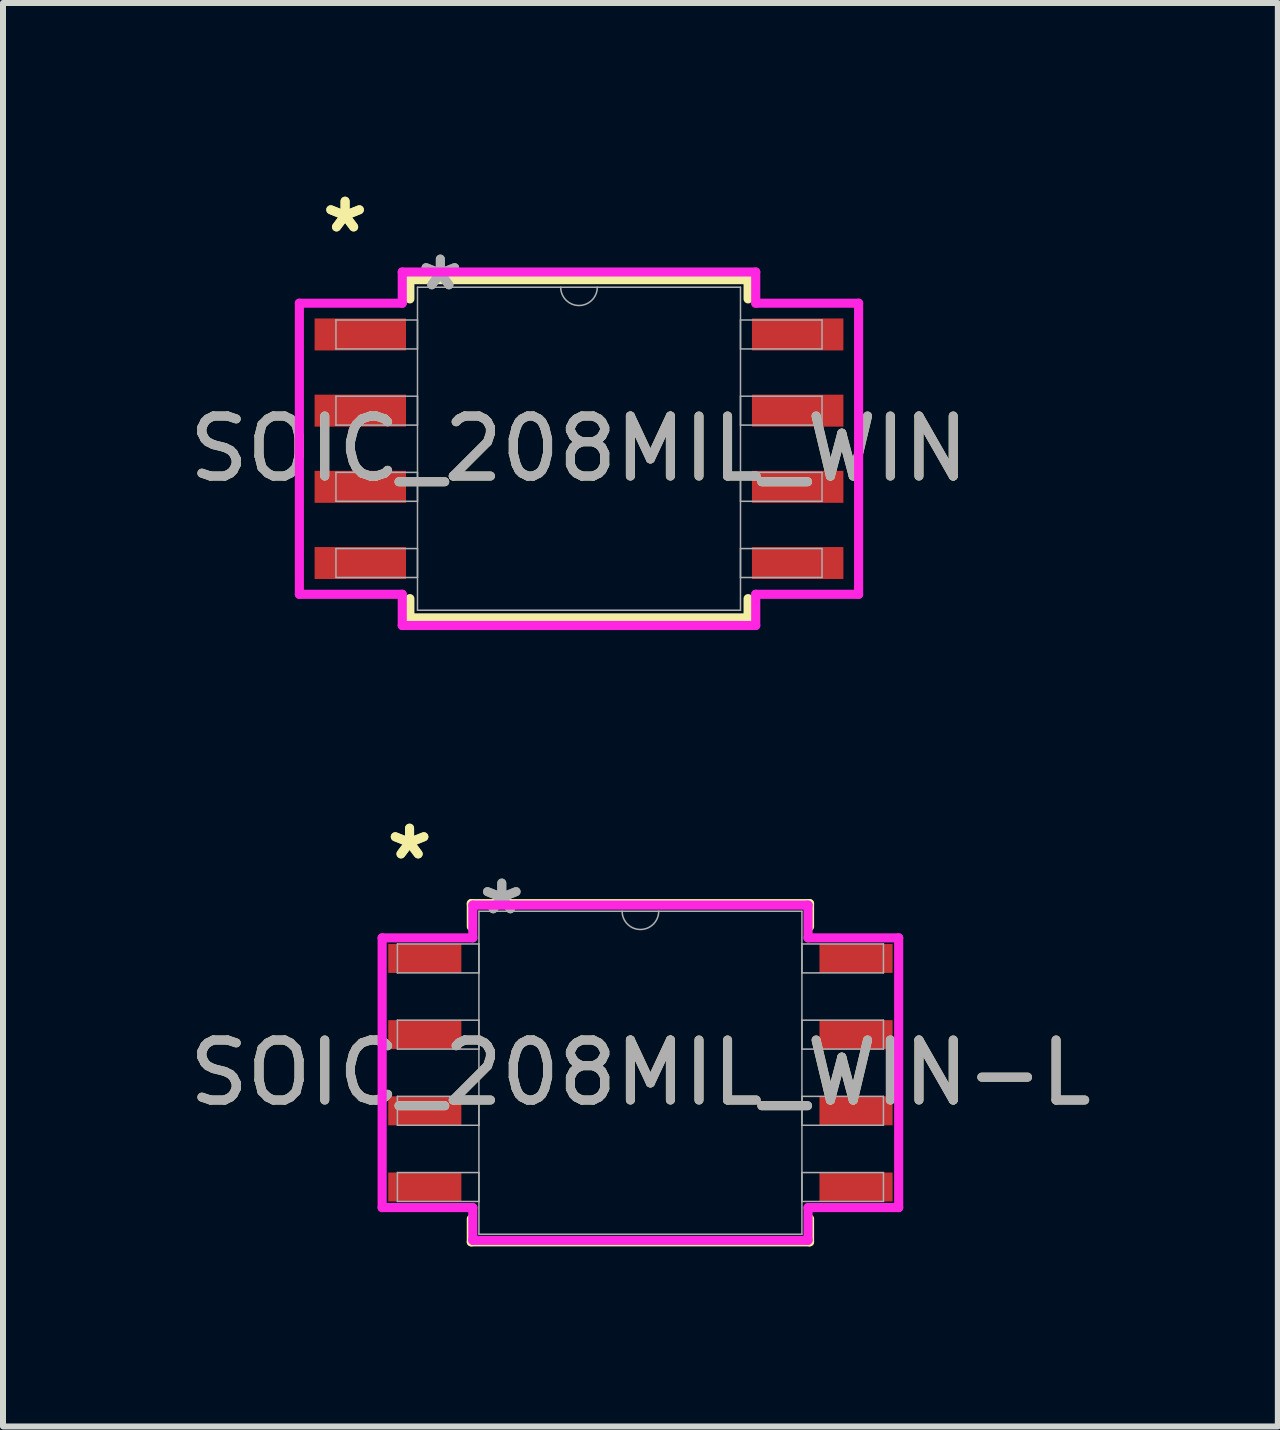
<source format=kicad_pcb>
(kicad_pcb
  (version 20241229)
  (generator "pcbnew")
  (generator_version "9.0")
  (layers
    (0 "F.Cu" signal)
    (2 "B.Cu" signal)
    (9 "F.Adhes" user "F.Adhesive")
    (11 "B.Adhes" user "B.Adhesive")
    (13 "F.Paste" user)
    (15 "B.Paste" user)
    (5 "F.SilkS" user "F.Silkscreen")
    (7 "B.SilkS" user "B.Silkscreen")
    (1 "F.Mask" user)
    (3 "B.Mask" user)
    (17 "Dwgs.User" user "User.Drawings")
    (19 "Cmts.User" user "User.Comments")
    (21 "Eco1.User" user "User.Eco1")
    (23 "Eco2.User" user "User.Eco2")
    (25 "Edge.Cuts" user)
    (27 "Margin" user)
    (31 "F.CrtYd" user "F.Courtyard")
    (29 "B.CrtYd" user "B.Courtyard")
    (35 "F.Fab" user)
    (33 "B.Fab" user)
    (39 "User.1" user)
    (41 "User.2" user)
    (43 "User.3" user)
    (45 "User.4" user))
  (footprint "SOIC_208MIL_WIN"
    (layer "F.Cu")
    (at 6.601 4.43)
    (property "Reference" "SOIC_208MIL_WIN" (at 0 0 0) (unlocked yes) (layer "F.SilkS") (effects (font (size 1 1) (thickness 0.15))))
    (attr smd)
    (fp_line (start -2.819 -2.819) (end -2.819 -2.498) (stroke (width 0.152) (type solid)) (layer "F.SilkS"))
    (fp_line (start -2.819 2.498) (end -2.819 2.819) (stroke (width 0.152) (type solid)) (layer "F.SilkS"))
    (fp_line (start -2.819 2.819) (end 2.819 2.819) (stroke (width 0.152) (type solid)) (layer "F.SilkS"))
    (fp_line (start 2.819 -2.819) (end -2.819 -2.819) (stroke (width 0.152) (type solid)) (layer "F.SilkS"))
    (fp_line (start 2.819 -2.498) (end 2.819 -2.819) (stroke (width 0.152) (type solid)) (layer "F.SilkS"))
    (fp_line (start 2.819 2.819) (end 2.819 2.498) (stroke (width 0.152) (type solid)) (layer "F.SilkS"))
    (fp_line (start -4.661 -2.426) (end -2.946 -2.426) (stroke (width 0.152) (type solid)) (layer "F.CrtYd"))
    (fp_line (start -4.661 2.426) (end -4.661 -2.426) (stroke (width 0.152) (type solid)) (layer "F.CrtYd"))
    (fp_line (start -4.661 2.426) (end -2.946 2.426) (stroke (width 0.152) (type solid)) (layer "F.CrtYd"))
    (fp_line (start -2.946 -2.946) (end 2.946 -2.946) (stroke (width 0.152) (type solid)) (layer "F.CrtYd"))
    (fp_line (start -2.946 -2.426) (end -2.946 -2.946) (stroke (width 0.152) (type solid)) (layer "F.CrtYd"))
    (fp_line (start -2.946 2.946) (end -2.946 2.426) (stroke (width 0.152) (type solid)) (layer "F.CrtYd"))
    (fp_line (start 2.946 -2.946) (end 2.946 -2.426) (stroke (width 0.152) (type solid)) (layer "F.CrtYd"))
    (fp_line (start 2.946 2.426) (end 2.946 2.946) (stroke (width 0.152) (type solid)) (layer "F.CrtYd"))
    (fp_line (start 2.946 2.946) (end -2.946 2.946) (stroke (width 0.152) (type solid)) (layer "F.CrtYd"))
    (fp_line (start 4.661 -2.426) (end 2.946 -2.426) (stroke (width 0.152) (type solid)) (layer "F.CrtYd"))
    (fp_line (start 4.661 -2.426) (end 4.661 2.426) (stroke (width 0.152) (type solid)) (layer "F.CrtYd"))
    (fp_line (start 4.661 2.426) (end 2.946 2.426) (stroke (width 0.152) (type solid)) (layer "F.CrtYd"))
    (fp_line (start -4.051 -2.146) (end -4.051 -1.664) (stroke (width 0.025) (type solid)) (layer "F.Fab"))
    (fp_line (start -4.051 -1.664) (end -2.692 -1.664) (stroke (width 0.025) (type solid)) (layer "F.Fab"))
    (fp_line (start -4.051 -0.876) (end -4.051 -0.394) (stroke (width 0.025) (type solid)) (layer "F.Fab"))
    (fp_line (start -4.051 -0.394) (end -2.692 -0.394) (stroke (width 0.025) (type solid)) (layer "F.Fab"))
    (fp_line (start -4.051 0.394) (end -4.051 0.876) (stroke (width 0.025) (type solid)) (layer "F.Fab"))
    (fp_line (start -4.051 0.876) (end -2.692 0.876) (stroke (width 0.025) (type solid)) (layer "F.Fab"))
    (fp_line (start -4.051 1.664) (end -4.051 2.146) (stroke (width 0.025) (type solid)) (layer "F.Fab"))
    (fp_line (start -4.051 2.146) (end -2.692 2.146) (stroke (width 0.025) (type solid)) (layer "F.Fab"))
    (fp_line (start -2.692 -2.692) (end -2.692 2.692) (stroke (width 0.025) (type solid)) (layer "F.Fab"))
    (fp_line (start -2.692 -2.146) (end -4.051 -2.146) (stroke (width 0.025) (type solid)) (layer "F.Fab"))
    (fp_line (start -2.692 -1.664) (end -2.692 -2.146) (stroke (width 0.025) (type solid)) (layer "F.Fab"))
    (fp_line (start -2.692 -0.876) (end -4.051 -0.876) (stroke (width 0.025) (type solid)) (layer "F.Fab"))
    (fp_line (start -2.692 -0.394) (end -2.692 -0.876) (stroke (width 0.025) (type solid)) (layer "F.Fab"))
    (fp_line (start -2.692 0.394) (end -4.051 0.394) (stroke (width 0.025) (type solid)) (layer "F.Fab"))
    (fp_line (start -2.692 0.876) (end -2.692 0.394) (stroke (width 0.025) (type solid)) (layer "F.Fab"))
    (fp_line (start -2.692 1.664) (end -4.051 1.664) (stroke (width 0.025) (type solid)) (layer "F.Fab"))
    (fp_line (start -2.692 2.146) (end -2.692 1.664) (stroke (width 0.025) (type solid)) (layer "F.Fab"))
    (fp_line (start -2.692 2.692) (end 2.692 2.692) (stroke (width 0.025) (type solid)) (layer "F.Fab"))
    (fp_line (start 2.692 -2.692) (end -2.692 -2.692) (stroke (width 0.025) (type solid)) (layer "F.Fab"))
    (fp_line (start 2.692 -2.146) (end 2.692 -1.664) (stroke (width 0.025) (type solid)) (layer "F.Fab"))
    (fp_line (start 2.692 -1.664) (end 4.051 -1.664) (stroke (width 0.025) (type solid)) (layer "F.Fab"))
    (fp_line (start 2.692 -0.876) (end 2.692 -0.394) (stroke (width 0.025) (type solid)) (layer "F.Fab"))
    (fp_line (start 2.692 -0.394) (end 4.051 -0.394) (stroke (width 0.025) (type solid)) (layer "F.Fab"))
    (fp_line (start 2.692 0.394) (end 2.692 0.876) (stroke (width 0.025) (type solid)) (layer "F.Fab"))
    (fp_line (start 2.692 0.876) (end 4.051 0.876) (stroke (width 0.025) (type solid)) (layer "F.Fab"))
    (fp_line (start 2.692 1.664) (end 2.692 2.146) (stroke (width 0.025) (type solid)) (layer "F.Fab"))
    (fp_line (start 2.692 2.146) (end 4.051 2.146) (stroke (width 0.025) (type solid)) (layer "F.Fab"))
    (fp_line (start 2.692 2.692) (end 2.692 -2.692) (stroke (width 0.025) (type solid)) (layer "F.Fab"))
    (fp_line (start 4.051 -2.146) (end 2.692 -2.146) (stroke (width 0.025) (type solid)) (layer "F.Fab"))
    (fp_line (start 4.051 -1.664) (end 4.051 -2.146) (stroke (width 0.025) (type solid)) (layer "F.Fab"))
    (fp_line (start 4.051 -0.876) (end 2.692 -0.876) (stroke (width 0.025) (type solid)) (layer "F.Fab"))
    (fp_line (start 4.051 -0.394) (end 4.051 -0.876) (stroke (width 0.025) (type solid)) (layer "F.Fab"))
    (fp_line (start 4.051 0.394) (end 2.692 0.394) (stroke (width 0.025) (type solid)) (layer "F.Fab"))
    (fp_line (start 4.051 0.876) (end 4.051 0.394) (stroke (width 0.025) (type solid)) (layer "F.Fab"))
    (fp_line (start 4.051 1.664) (end 2.692 1.664) (stroke (width 0.025) (type solid)) (layer "F.Fab"))
    (fp_line (start 4.051 2.146) (end 4.051 1.664) (stroke (width 0.025) (type solid)) (layer "F.Fab"))
    (fp_arc (start 0.3048 -2.6924) (mid 0 -2.3876) (end -0.3048 -2.6924) (stroke (width 0.0254) (type solid)) (layer "F.Fab"))
    (fp_text user "*" (at -3.899 -3.581 0) (unlocked yes) (layer "F.SilkS") (effects (font (size 1 1) (thickness 0.15))))
    (fp_text user "*" (at -3.899 -3.581 0) (layer "F.SilkS") (effects (font (size 1 1) (thickness 0.15))))
    (fp_text user "*" (at -2.311 -2.616 0) (layer "F.Fab") (effects (font (size 1 1) (thickness 0.15))))
    (fp_text user "${REFERENCE}" (at 0 0 0) (unlocked yes) (layer "F.Fab") (effects (font (size 1 1) (thickness 0.15))))
    (fp_text user "*" (at -2.311 -2.616 0) (unlocked yes) (layer "F.Fab") (effects (font (size 1 1) (thickness 0.15))))
    (pad "1" smd rect (at -3.645 -1.905) (size 1.524 0.533) (layers "F.Cu" "F.Mask" "F.Paste"))
    (pad "2" smd rect (at -3.645 -0.635) (size 1.524 0.533) (layers "F.Cu" "F.Mask" "F.Paste"))
    (pad "3" smd rect (at -3.645 0.635) (size 1.524 0.533) (layers "F.Cu" "F.Mask" "F.Paste"))
    (pad "4" smd rect (at -3.645 1.905) (size 1.524 0.533) (layers "F.Cu" "F.Mask" "F.Paste"))
    (pad "5" smd rect (at 3.645 1.905) (size 1.524 0.533) (layers "F.Cu" "F.Mask" "F.Paste"))
    (pad "6" smd rect (at 3.645 0.635) (size 1.524 0.533) (layers "F.Cu" "F.Mask" "F.Paste"))
    (pad "7" smd rect (at 3.645 -0.635) (size 1.524 0.533) (layers "F.Cu" "F.Mask" "F.Paste"))
    (pad "8" smd rect (at 3.645 -1.905) (size 1.524 0.533) (layers "F.Cu" "F.Mask" "F.Paste")))
  (footprint "SOIC_208MIL_WIN-L"
    (layer "F.Cu")
    (at 7.625 14.831)
    (property "Reference" "SOIC_208MIL_WIN-L" (at 0 0 0) (unlocked yes) (layer "F.SilkS") (effects (font (size 1 1) (thickness 0.15))))
    (attr smd)
    (fp_line (start -2.819 -2.819) (end -2.819 -2.435) (stroke (width 0.152) (type solid)) (layer "F.SilkS"))
    (fp_line (start -2.819 2.435) (end -2.819 2.819) (stroke (width 0.152) (type solid)) (layer "F.SilkS"))
    (fp_line (start -2.819 2.819) (end 2.819 2.819) (stroke (width 0.152) (type solid)) (layer "F.SilkS"))
    (fp_line (start 2.819 -2.819) (end -2.819 -2.819) (stroke (width 0.152) (type solid)) (layer "F.SilkS"))
    (fp_line (start 2.819 -2.435) (end 2.819 -2.819) (stroke (width 0.152) (type solid)) (layer "F.SilkS"))
    (fp_line (start 2.819 2.819) (end 2.819 2.435) (stroke (width 0.152) (type solid)) (layer "F.SilkS"))
    (fp_line (start -4.305 -2.248) (end -2.794 -2.248) (stroke (width 0.152) (type solid)) (layer "F.CrtYd"))
    (fp_line (start -4.305 2.248) (end -4.305 -2.248) (stroke (width 0.152) (type solid)) (layer "F.CrtYd"))
    (fp_line (start -4.305 2.248) (end -2.794 2.248) (stroke (width 0.152) (type solid)) (layer "F.CrtYd"))
    (fp_line (start -2.794 -2.794) (end 2.794 -2.794) (stroke (width 0.152) (type solid)) (layer "F.CrtYd"))
    (fp_line (start -2.794 -2.248) (end -2.794 -2.794) (stroke (width 0.152) (type solid)) (layer "F.CrtYd"))
    (fp_line (start -2.794 2.794) (end -2.794 2.248) (stroke (width 0.152) (type solid)) (layer "F.CrtYd"))
    (fp_line (start 2.794 -2.794) (end 2.794 -2.248) (stroke (width 0.152) (type solid)) (layer "F.CrtYd"))
    (fp_line (start 2.794 2.248) (end 2.794 2.794) (stroke (width 0.152) (type solid)) (layer "F.CrtYd"))
    (fp_line (start 2.794 2.794) (end -2.794 2.794) (stroke (width 0.152) (type solid)) (layer "F.CrtYd"))
    (fp_line (start 4.305 -2.248) (end 2.794 -2.248) (stroke (width 0.152) (type solid)) (layer "F.CrtYd"))
    (fp_line (start 4.305 -2.248) (end 4.305 2.248) (stroke (width 0.152) (type solid)) (layer "F.CrtYd"))
    (fp_line (start 4.305 2.248) (end 2.794 2.248) (stroke (width 0.152) (type solid)) (layer "F.CrtYd"))
    (fp_line (start -4.051 -2.146) (end -4.051 -1.664) (stroke (width 0.025) (type solid)) (layer "F.Fab"))
    (fp_line (start -4.051 -1.664) (end -2.692 -1.664) (stroke (width 0.025) (type solid)) (layer "F.Fab"))
    (fp_line (start -4.051 -0.876) (end -4.051 -0.394) (stroke (width 0.025) (type solid)) (layer "F.Fab"))
    (fp_line (start -4.051 -0.394) (end -2.692 -0.394) (stroke (width 0.025) (type solid)) (layer "F.Fab"))
    (fp_line (start -4.051 0.394) (end -4.051 0.876) (stroke (width 0.025) (type solid)) (layer "F.Fab"))
    (fp_line (start -4.051 0.876) (end -2.692 0.876) (stroke (width 0.025) (type solid)) (layer "F.Fab"))
    (fp_line (start -4.051 1.664) (end -4.051 2.146) (stroke (width 0.025) (type solid)) (layer "F.Fab"))
    (fp_line (start -4.051 2.146) (end -2.692 2.146) (stroke (width 0.025) (type solid)) (layer "F.Fab"))
    (fp_line (start -2.692 -2.692) (end -2.692 2.692) (stroke (width 0.025) (type solid)) (layer "F.Fab"))
    (fp_line (start -2.692 -2.146) (end -4.051 -2.146) (stroke (width 0.025) (type solid)) (layer "F.Fab"))
    (fp_line (start -2.692 -1.664) (end -2.692 -2.146) (stroke (width 0.025) (type solid)) (layer "F.Fab"))
    (fp_line (start -2.692 -0.876) (end -4.051 -0.876) (stroke (width 0.025) (type solid)) (layer "F.Fab"))
    (fp_line (start -2.692 -0.394) (end -2.692 -0.876) (stroke (width 0.025) (type solid)) (layer "F.Fab"))
    (fp_line (start -2.692 0.394) (end -4.051 0.394) (stroke (width 0.025) (type solid)) (layer "F.Fab"))
    (fp_line (start -2.692 0.876) (end -2.692 0.394) (stroke (width 0.025) (type solid)) (layer "F.Fab"))
    (fp_line (start -2.692 1.664) (end -4.051 1.664) (stroke (width 0.025) (type solid)) (layer "F.Fab"))
    (fp_line (start -2.692 2.146) (end -2.692 1.664) (stroke (width 0.025) (type solid)) (layer "F.Fab"))
    (fp_line (start -2.692 2.692) (end 2.692 2.692) (stroke (width 0.025) (type solid)) (layer "F.Fab"))
    (fp_line (start 2.692 -2.692) (end -2.692 -2.692) (stroke (width 0.025) (type solid)) (layer "F.Fab"))
    (fp_line (start 2.692 -2.146) (end 2.692 -1.664) (stroke (width 0.025) (type solid)) (layer "F.Fab"))
    (fp_line (start 2.692 -1.664) (end 4.051 -1.664) (stroke (width 0.025) (type solid)) (layer "F.Fab"))
    (fp_line (start 2.692 -0.876) (end 2.692 -0.394) (stroke (width 0.025) (type solid)) (layer "F.Fab"))
    (fp_line (start 2.692 -0.394) (end 4.051 -0.394) (stroke (width 0.025) (type solid)) (layer "F.Fab"))
    (fp_line (start 2.692 0.394) (end 2.692 0.876) (stroke (width 0.025) (type solid)) (layer "F.Fab"))
    (fp_line (start 2.692 0.876) (end 4.051 0.876) (stroke (width 0.025) (type solid)) (layer "F.Fab"))
    (fp_line (start 2.692 1.664) (end 2.692 2.146) (stroke (width 0.025) (type solid)) (layer "F.Fab"))
    (fp_line (start 2.692 2.146) (end 4.051 2.146) (stroke (width 0.025) (type solid)) (layer "F.Fab"))
    (fp_line (start 2.692 2.692) (end 2.692 -2.692) (stroke (width 0.025) (type solid)) (layer "F.Fab"))
    (fp_line (start 4.051 -2.146) (end 2.692 -2.146) (stroke (width 0.025) (type solid)) (layer "F.Fab"))
    (fp_line (start 4.051 -1.664) (end 4.051 -2.146) (stroke (width 0.025) (type solid)) (layer "F.Fab"))
    (fp_line (start 4.051 -0.876) (end 2.692 -0.876) (stroke (width 0.025) (type solid)) (layer "F.Fab"))
    (fp_line (start 4.051 -0.394) (end 4.051 -0.876) (stroke (width 0.025) (type solid)) (layer "F.Fab"))
    (fp_line (start 4.051 0.394) (end 2.692 0.394) (stroke (width 0.025) (type solid)) (layer "F.Fab"))
    (fp_line (start 4.051 0.876) (end 4.051 0.394) (stroke (width 0.025) (type solid)) (layer "F.Fab"))
    (fp_line (start 4.051 1.664) (end 2.692 1.664) (stroke (width 0.025) (type solid)) (layer "F.Fab"))
    (fp_line (start 4.051 2.146) (end 4.051 1.664) (stroke (width 0.025) (type solid)) (layer "F.Fab"))
    (fp_arc (start 0.3048 -2.6924) (mid 0 -2.3876) (end -0.3048 -2.6924) (stroke (width 0.0254) (type solid)) (layer "F.Fab"))
    (fp_text user "*" (at -3.848 -3.531 0) (unlocked yes) (layer "F.SilkS") (effects (font (size 1 1) (thickness 0.15))))
    (fp_text user "*" (at -3.848 -3.531 0) (layer "F.SilkS") (effects (font (size 1 1) (thickness 0.15))))
    (fp_text user "*" (at -2.311 -2.616 0) (layer "F.Fab") (effects (font (size 1 1) (thickness 0.15))))
    (fp_text user "${REFERENCE}" (at 0 0 0) (unlocked yes) (layer "F.Fab") (effects (font (size 1 1) (thickness 0.15))))
    (fp_text user "*" (at -2.311 -2.616 0) (unlocked yes) (layer "F.Fab") (effects (font (size 1 1) (thickness 0.15))))
    (pad "1" smd rect (at -3.594 -1.905) (size 1.219 0.483) (layers "F.Cu" "F.Mask" "F.Paste"))
    (pad "2" smd rect (at -3.594 -0.635) (size 1.219 0.483) (layers "F.Cu" "F.Mask" "F.Paste"))
    (pad "3" smd rect (at -3.594 0.635) (size 1.219 0.483) (layers "F.Cu" "F.Mask" "F.Paste"))
    (pad "4" smd rect (at -3.594 1.905) (size 1.219 0.483) (layers "F.Cu" "F.Mask" "F.Paste"))
    (pad "5" smd rect (at 3.594 1.905) (size 1.219 0.483) (layers "F.Cu" "F.Mask" "F.Paste"))
    (pad "6" smd rect (at 3.594 0.635) (size 1.219 0.483) (layers "F.Cu" "F.Mask" "F.Paste"))
    (pad "7" smd rect (at 3.594 -0.635) (size 1.219 0.483) (layers "F.Cu" "F.Mask" "F.Paste"))
    (pad "8" smd rect (at 3.594 -1.905) (size 1.219 0.483) (layers "F.Cu" "F.Mask" "F.Paste")))
  (gr_rect
    (start -3 -3)
    (end 18.25 20.727)
    (stroke (width 0.1) (type default))
    (fill no)
    (layer "Edge.Cuts")))
</source>
